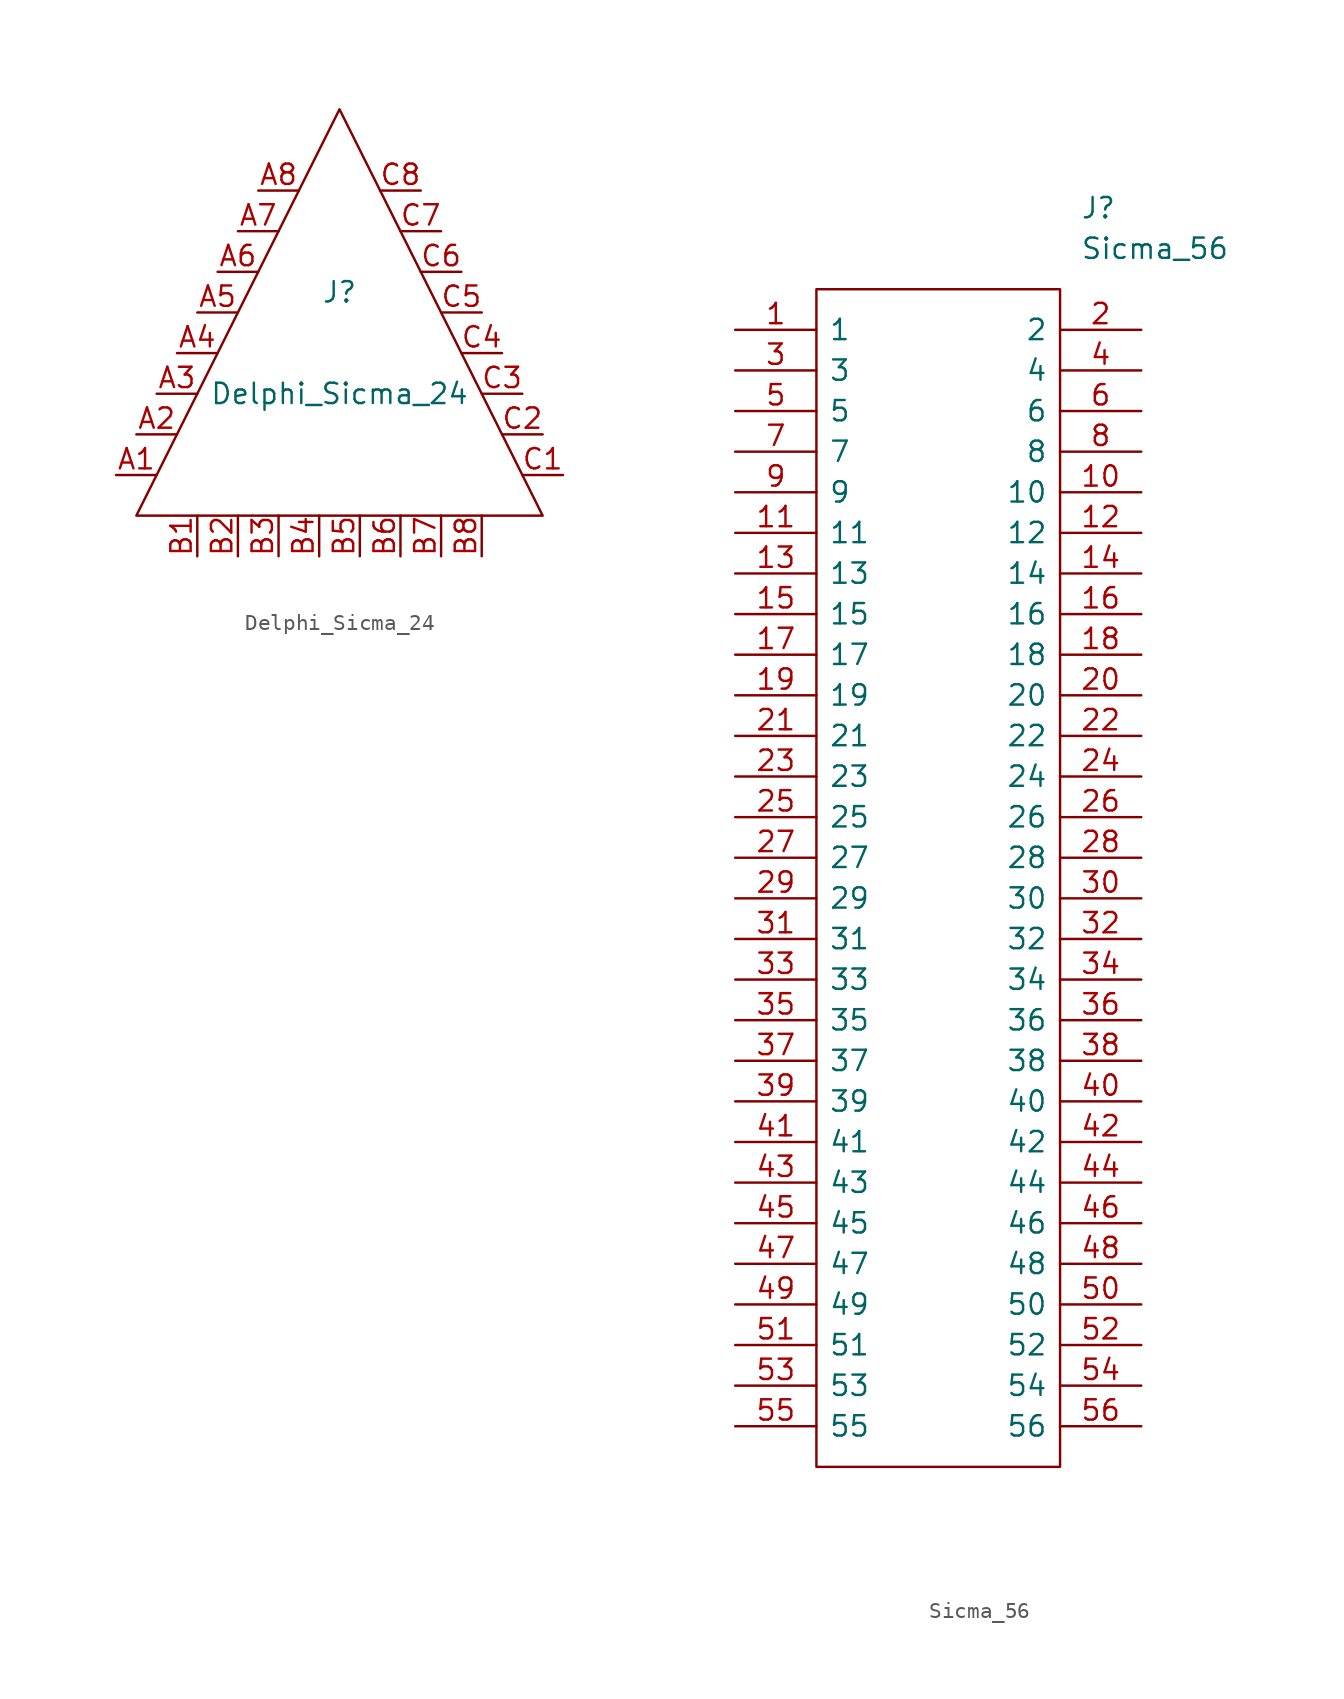
<source format=kicad_sym>
(kicad_symbol_lib
  (version 20211014)
  (generator kicad_symbol_editor)
  (symbol "Delphi_Sicma_24"
    (pin_names
      (offset 1.016))
    (property "Reference" "J"
      (at 0 1.27 0)
      (effects (font (size 1.27 1.27))))
    (property "Value" "Delphi_Sicma_24"
      (at 0 -5.08 0)
      (effects (font (size 1.27 1.27))))
    (symbol "Delphi_Sicma_24_0_1"
      (polyline (pts (xy -12.7 -12.7) (xy 0 12.7) (xy 12.7 -12.7) (xy -12.7 -12.7)) (stroke (width 0) (type default) (color 0 0 0 0)) (fill (type none))))
    (symbol "Delphi_Sicma_24_1_1"
      (pin passive line (at -13.97 -10.16 0) (length 2.54) (name "~" (effects (font (size 1.27 1.27)))) (number "A1" (effects (font (size 1.27 1.27)))))
      (pin passive line (at -12.7 -7.62 0) (length 2.54) (name "~" (effects (font (size 1.27 1.27)))) (number "A2" (effects (font (size 1.27 1.27)))))
      (pin passive line (at -11.43 -5.08 0) (length 2.54) (name "~" (effects (font (size 1.27 1.27)))) (number "A3" (effects (font (size 1.27 1.27)))))
      (pin passive line (at -10.16 -2.54 0) (length 2.54) (name "~" (effects (font (size 1.27 1.27)))) (number "A4" (effects (font (size 1.27 1.27)))))
      (pin passive line (at -8.89 0 0) (length 2.54) (name "~" (effects (font (size 1.27 1.27)))) (number "A5" (effects (font (size 1.27 1.27)))))
      (pin passive line (at -7.62 2.54 0) (length 2.54) (name "~" (effects (font (size 1.27 1.27)))) (number "A6" (effects (font (size 1.27 1.27)))))
      (pin passive line (at -6.35 5.08 0) (length 2.54) (name "~" (effects (font (size 1.27 1.27)))) (number "A7" (effects (font (size 1.27 1.27)))))
      (pin passive line (at -5.08 7.62 0) (length 2.54) (name "~" (effects (font (size 1.27 1.27)))) (number "A8" (effects (font (size 1.27 1.27)))))
      (pin passive line (at -8.89 -15.24 90) (length 2.54) (name "~" (effects (font (size 1.27 1.27)))) (number "B1" (effects (font (size 1.27 1.27)))))
      (pin passive line (at -6.35 -15.24 90) (length 2.54) (name "~" (effects (font (size 1.27 1.27)))) (number "B2" (effects (font (size 1.27 1.27)))))
      (pin passive line (at -3.81 -15.24 90) (length 2.54) (name "~" (effects (font (size 1.27 1.27)))) (number "B3" (effects (font (size 1.27 1.27)))))
      (pin passive line (at -1.27 -15.24 90) (length 2.54) (name "~" (effects (font (size 1.27 1.27)))) (number "B4" (effects (font (size 1.27 1.27)))))
      (pin passive line (at 1.27 -15.24 90) (length 2.54) (name "~" (effects (font (size 1.27 1.27)))) (number "B5" (effects (font (size 1.27 1.27)))))
      (pin passive line (at 3.81 -15.24 90) (length 2.54) (name "~" (effects (font (size 1.27 1.27)))) (number "B6" (effects (font (size 1.27 1.27)))))
      (pin passive line (at 6.35 -15.24 90) (length 2.54) (name "~" (effects (font (size 1.27 1.27)))) (number "B7" (effects (font (size 1.27 1.27)))))
      (pin passive line (at 8.89 -15.24 90) (length 2.54) (name "~" (effects (font (size 1.27 1.27)))) (number "B8" (effects (font (size 1.27 1.27)))))
      (pin passive line (at 13.97 -10.16 180) (length 2.54) (name "~" (effects (font (size 1.27 1.27)))) (number "C1" (effects (font (size 1.27 1.27)))))
      (pin passive line (at 12.7 -7.62 180) (length 2.54) (name "~" (effects (font (size 1.27 1.27)))) (number "C2" (effects (font (size 1.27 1.27)))))
      (pin passive line (at 11.43 -5.08 180) (length 2.54) (name "~" (effects (font (size 1.27 1.27)))) (number "C3" (effects (font (size 1.27 1.27)))))
      (pin passive line (at 10.16 -2.54 180) (length 2.54) (name "~" (effects (font (size 1.27 1.27)))) (number "C4" (effects (font (size 1.27 1.27)))))
      (pin passive line (at 8.89 0 180) (length 2.54) (name "~" (effects (font (size 1.27 1.27)))) (number "C5" (effects (font (size 1.27 1.27)))))
      (pin passive line (at 7.62 2.54 180) (length 2.54) (name "~" (effects (font (size 1.27 1.27)))) (number "C6" (effects (font (size 1.27 1.27)))))
      (pin passive line (at 6.35 5.08 180) (length 2.54) (name "~" (effects (font (size 1.27 1.27)))) (number "C7" (effects (font (size 1.27 1.27)))))
      (pin passive line (at 5.08 7.62 180) (length 2.54) (name "~" (effects (font (size 1.27 1.27)))) (number "C8" (effects (font (size 1.27 1.27)))))))
  (symbol "Sicma_56"
    (pin_names
      (offset 0.762))
    (property "Reference" "J"
      (at 21.59 7.62 0)
      (effects (font (size 1.27 1.27)) (justify left)))
    (property "Value" "Sicma_56"
      (at 21.59 5.08 0)
      (effects (font (size 1.27 1.27)) (justify left)))
    (symbol "Sicma_56_0_0"
      (pin bidirectional line (at 0 0 0) (length 5.08) (name "1" (effects (font (size 1.27 1.27)))) (number "1" (effects (font (size 1.27 1.27)))))
      (pin bidirectional line (at 25.4 -10.16 180) (length 5.08) (name "10" (effects (font (size 1.27 1.27)))) (number "10" (effects (font (size 1.27 1.27)))))
      (pin bidirectional line (at 0 -12.7 0) (length 5.08) (name "11" (effects (font (size 1.27 1.27)))) (number "11" (effects (font (size 1.27 1.27)))))
      (pin bidirectional line (at 25.4 -12.7 180) (length 5.08) (name "12" (effects (font (size 1.27 1.27)))) (number "12" (effects (font (size 1.27 1.27)))))
      (pin bidirectional line (at 0 -15.24 0) (length 5.08) (name "13" (effects (font (size 1.27 1.27)))) (number "13" (effects (font (size 1.27 1.27)))))
      (pin bidirectional line (at 25.4 -15.24 180) (length 5.08) (name "14" (effects (font (size 1.27 1.27)))) (number "14" (effects (font (size 1.27 1.27)))))
      (pin bidirectional line (at 0 -17.78 0) (length 5.08) (name "15" (effects (font (size 1.27 1.27)))) (number "15" (effects (font (size 1.27 1.27)))))
      (pin bidirectional line (at 25.4 -17.78 180) (length 5.08) (name "16" (effects (font (size 1.27 1.27)))) (number "16" (effects (font (size 1.27 1.27)))))
      (pin bidirectional line (at 0 -20.32 0) (length 5.08) (name "17" (effects (font (size 1.27 1.27)))) (number "17" (effects (font (size 1.27 1.27)))))
      (pin bidirectional line (at 25.4 -20.32 180) (length 5.08) (name "18" (effects (font (size 1.27 1.27)))) (number "18" (effects (font (size 1.27 1.27)))))
      (pin bidirectional line (at 0 -22.86 0) (length 5.08) (name "19" (effects (font (size 1.27 1.27)))) (number "19" (effects (font (size 1.27 1.27)))))
      (pin bidirectional line (at 25.4 0 180) (length 5.08) (name "2" (effects (font (size 1.27 1.27)))) (number "2" (effects (font (size 1.27 1.27)))))
      (pin bidirectional line (at 25.4 -22.86 180) (length 5.08) (name "20" (effects (font (size 1.27 1.27)))) (number "20" (effects (font (size 1.27 1.27)))))
      (pin bidirectional line (at 0 -25.4 0) (length 5.08) (name "21" (effects (font (size 1.27 1.27)))) (number "21" (effects (font (size 1.27 1.27)))))
      (pin bidirectional line (at 25.4 -25.4 180) (length 5.08) (name "22" (effects (font (size 1.27 1.27)))) (number "22" (effects (font (size 1.27 1.27)))))
      (pin bidirectional line (at 0 -27.94 0) (length 5.08) (name "23" (effects (font (size 1.27 1.27)))) (number "23" (effects (font (size 1.27 1.27)))))
      (pin bidirectional line (at 25.4 -27.94 180) (length 5.08) (name "24" (effects (font (size 1.27 1.27)))) (number "24" (effects (font (size 1.27 1.27)))))
      (pin bidirectional line (at 0 -30.48 0) (length 5.08) (name "25" (effects (font (size 1.27 1.27)))) (number "25" (effects (font (size 1.27 1.27)))))
      (pin bidirectional line (at 25.4 -30.48 180) (length 5.08) (name "26" (effects (font (size 1.27 1.27)))) (number "26" (effects (font (size 1.27 1.27)))))
      (pin bidirectional line (at 0 -33.02 0) (length 5.08) (name "27" (effects (font (size 1.27 1.27)))) (number "27" (effects (font (size 1.27 1.27)))))
      (pin bidirectional line (at 25.4 -33.02 180) (length 5.08) (name "28" (effects (font (size 1.27 1.27)))) (number "28" (effects (font (size 1.27 1.27)))))
      (pin bidirectional line (at 0 -35.56 0) (length 5.08) (name "29" (effects (font (size 1.27 1.27)))) (number "29" (effects (font (size 1.27 1.27)))))
      (pin bidirectional line (at 0 -2.54 0) (length 5.08) (name "3" (effects (font (size 1.27 1.27)))) (number "3" (effects (font (size 1.27 1.27)))))
      (pin bidirectional line (at 25.4 -35.56 180) (length 5.08) (name "30" (effects (font (size 1.27 1.27)))) (number "30" (effects (font (size 1.27 1.27)))))
      (pin bidirectional line (at 0 -38.1 0) (length 5.08) (name "31" (effects (font (size 1.27 1.27)))) (number "31" (effects (font (size 1.27 1.27)))))
      (pin bidirectional line (at 25.4 -38.1 180) (length 5.08) (name "32" (effects (font (size 1.27 1.27)))) (number "32" (effects (font (size 1.27 1.27)))))
      (pin bidirectional line (at 0 -40.64 0) (length 5.08) (name "33" (effects (font (size 1.27 1.27)))) (number "33" (effects (font (size 1.27 1.27)))))
      (pin bidirectional line (at 25.4 -40.64 180) (length 5.08) (name "34" (effects (font (size 1.27 1.27)))) (number "34" (effects (font (size 1.27 1.27)))))
      (pin bidirectional line (at 0 -43.18 0) (length 5.08) (name "35" (effects (font (size 1.27 1.27)))) (number "35" (effects (font (size 1.27 1.27)))))
      (pin bidirectional line (at 25.4 -43.18 180) (length 5.08) (name "36" (effects (font (size 1.27 1.27)))) (number "36" (effects (font (size 1.27 1.27)))))
      (pin bidirectional line (at 0 -45.72 0) (length 5.08) (name "37" (effects (font (size 1.27 1.27)))) (number "37" (effects (font (size 1.27 1.27)))))
      (pin bidirectional line (at 25.4 -45.72 180) (length 5.08) (name "38" (effects (font (size 1.27 1.27)))) (number "38" (effects (font (size 1.27 1.27)))))
      (pin bidirectional line (at 0 -48.26 0) (length 5.08) (name "39" (effects (font (size 1.27 1.27)))) (number "39" (effects (font (size 1.27 1.27)))))
      (pin bidirectional line (at 25.4 -2.54 180) (length 5.08) (name "4" (effects (font (size 1.27 1.27)))) (number "4" (effects (font (size 1.27 1.27)))))
      (pin bidirectional line (at 25.4 -48.26 180) (length 5.08) (name "40" (effects (font (size 1.27 1.27)))) (number "40" (effects (font (size 1.27 1.27)))))
      (pin bidirectional line (at 0 -50.8 0) (length 5.08) (name "41" (effects (font (size 1.27 1.27)))) (number "41" (effects (font (size 1.27 1.27)))))
      (pin bidirectional line (at 25.4 -50.8 180) (length 5.08) (name "42" (effects (font (size 1.27 1.27)))) (number "42" (effects (font (size 1.27 1.27)))))
      (pin bidirectional line (at 0 -53.34 0) (length 5.08) (name "43" (effects (font (size 1.27 1.27)))) (number "43" (effects (font (size 1.27 1.27)))))
      (pin bidirectional line (at 25.4 -53.34 180) (length 5.08) (name "44" (effects (font (size 1.27 1.27)))) (number "44" (effects (font (size 1.27 1.27)))))
      (pin bidirectional line (at 0 -55.88 0) (length 5.08) (name "45" (effects (font (size 1.27 1.27)))) (number "45" (effects (font (size 1.27 1.27)))))
      (pin bidirectional line (at 25.4 -55.88 180) (length 5.08) (name "46" (effects (font (size 1.27 1.27)))) (number "46" (effects (font (size 1.27 1.27)))))
      (pin bidirectional line (at 0 -58.42 0) (length 5.08) (name "47" (effects (font (size 1.27 1.27)))) (number "47" (effects (font (size 1.27 1.27)))))
      (pin bidirectional line (at 25.4 -58.42 180) (length 5.08) (name "48" (effects (font (size 1.27 1.27)))) (number "48" (effects (font (size 1.27 1.27)))))
      (pin bidirectional line (at 0 -60.96 0) (length 5.08) (name "49" (effects (font (size 1.27 1.27)))) (number "49" (effects (font (size 1.27 1.27)))))
      (pin bidirectional line (at 0 -5.08 0) (length 5.08) (name "5" (effects (font (size 1.27 1.27)))) (number "5" (effects (font (size 1.27 1.27)))))
      (pin bidirectional line (at 25.4 -60.96 180) (length 5.08) (name "50" (effects (font (size 1.27 1.27)))) (number "50" (effects (font (size 1.27 1.27)))))
      (pin bidirectional line (at 0 -63.5 0) (length 5.08) (name "51" (effects (font (size 1.27 1.27)))) (number "51" (effects (font (size 1.27 1.27)))))
      (pin bidirectional line (at 25.4 -63.5 180) (length 5.08) (name "52" (effects (font (size 1.27 1.27)))) (number "52" (effects (font (size 1.27 1.27)))))
      (pin bidirectional line (at 0 -66.04 0) (length 5.08) (name "53" (effects (font (size 1.27 1.27)))) (number "53" (effects (font (size 1.27 1.27)))))
      (pin bidirectional line (at 25.4 -66.04 180) (length 5.08) (name "54" (effects (font (size 1.27 1.27)))) (number "54" (effects (font (size 1.27 1.27)))))
      (pin bidirectional line (at 0 -68.58 0) (length 5.08) (name "55" (effects (font (size 1.27 1.27)))) (number "55" (effects (font (size 1.27 1.27)))))
      (pin bidirectional line (at 25.4 -68.58 180) (length 5.08) (name "56" (effects (font (size 1.27 1.27)))) (number "56" (effects (font (size 1.27 1.27)))))
      (pin bidirectional line (at 25.4 -5.08 180) (length 5.08) (name "6" (effects (font (size 1.27 1.27)))) (number "6" (effects (font (size 1.27 1.27)))))
      (pin bidirectional line (at 0 -7.62 0) (length 5.08) (name "7" (effects (font (size 1.27 1.27)))) (number "7" (effects (font (size 1.27 1.27)))))
      (pin bidirectional line (at 25.4 -7.62 180) (length 5.08) (name "8" (effects (font (size 1.27 1.27)))) (number "8" (effects (font (size 1.27 1.27)))))
      (pin bidirectional line (at 0 -10.16 0) (length 5.08) (name "9" (effects (font (size 1.27 1.27)))) (number "9" (effects (font (size 1.27 1.27))))))
    (symbol "Sicma_56_0_1"
      (polyline (pts (xy 5.08 2.54) (xy 20.32 2.54) (xy 20.32 -71.12) (xy 5.08 -71.12) (xy 5.08 2.54)) (stroke (width 0.152) (type default) (color 0 0 0 0)) (fill (type none))))))
</source>
